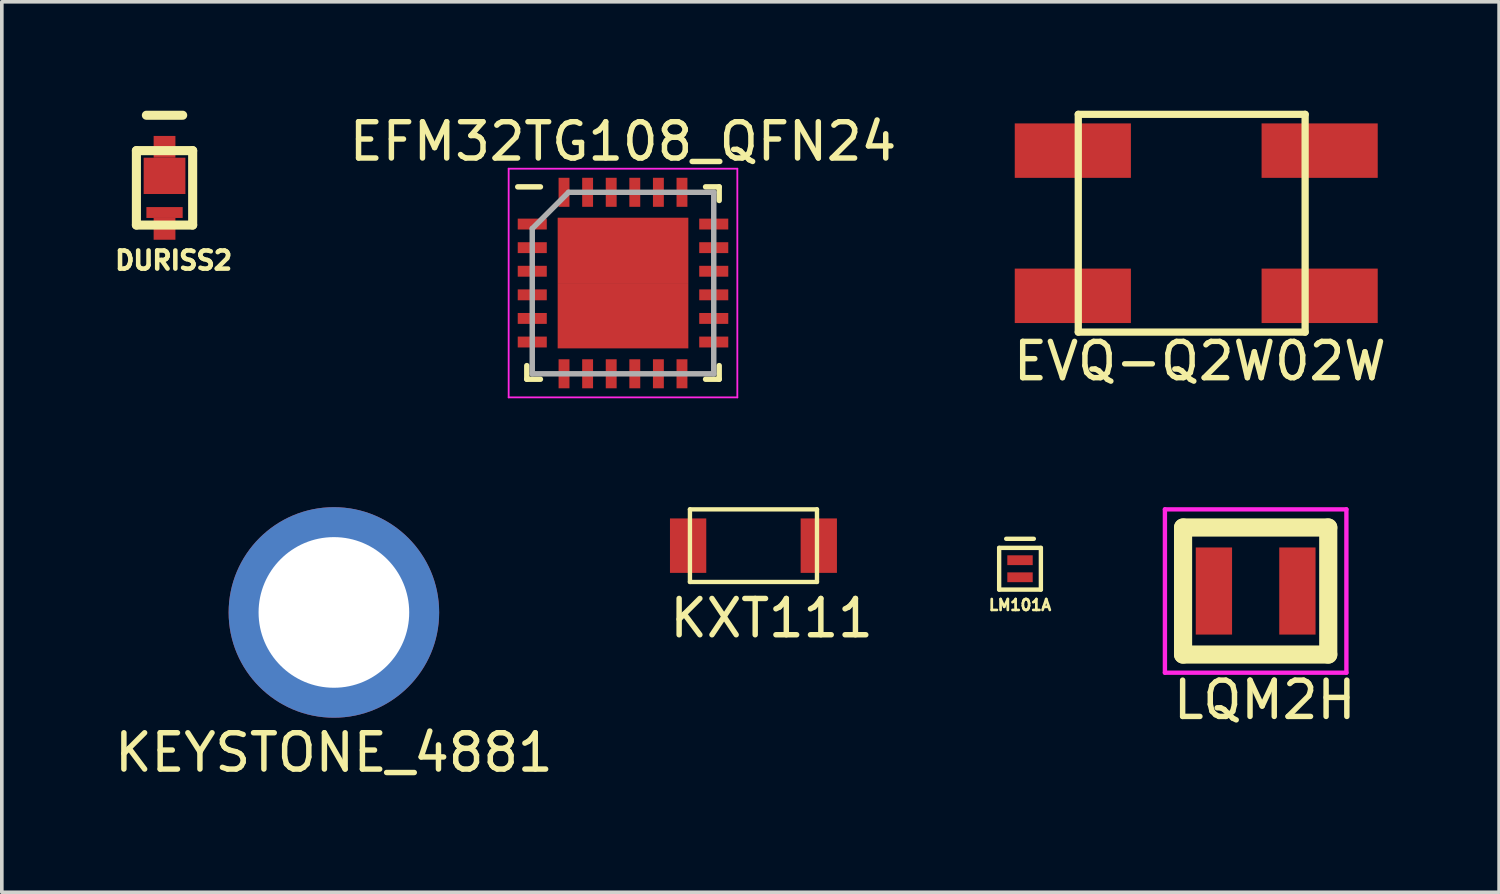
<source format=kicad_pcb>
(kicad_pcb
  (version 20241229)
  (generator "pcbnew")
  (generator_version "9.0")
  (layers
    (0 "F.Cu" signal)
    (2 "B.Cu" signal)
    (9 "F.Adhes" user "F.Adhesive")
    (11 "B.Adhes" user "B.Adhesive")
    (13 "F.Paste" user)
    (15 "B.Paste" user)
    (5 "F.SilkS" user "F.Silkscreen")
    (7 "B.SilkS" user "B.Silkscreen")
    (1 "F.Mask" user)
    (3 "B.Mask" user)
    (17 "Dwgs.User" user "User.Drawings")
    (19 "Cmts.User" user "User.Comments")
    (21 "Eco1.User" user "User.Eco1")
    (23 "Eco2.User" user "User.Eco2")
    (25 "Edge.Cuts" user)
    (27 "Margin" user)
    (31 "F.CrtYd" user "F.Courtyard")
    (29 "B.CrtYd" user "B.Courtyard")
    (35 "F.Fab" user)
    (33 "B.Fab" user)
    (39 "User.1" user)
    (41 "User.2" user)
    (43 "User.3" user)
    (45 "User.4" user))
  (footprint "LM101A"
    (layer "F.Cu")
    (at 25.052 12.619)
    (property "Reference" "LM101A" (at 0 1 0) (layer "F.SilkS") (effects (font (size 0.3 0.3) (thickness 0.075))))
    (attr through_hole)
    (fp_line (start -0.575 -0.575) (end -0.575 0.575) (stroke (width 0.12) (type solid)) (layer "F.SilkS"))
    (fp_line (start -0.575 -0.575) (end 0.575 -0.575) (stroke (width 0.12) (type solid)) (layer "F.SilkS"))
    (fp_line (start -0.575 0.575) (end 0.575 0.575) (stroke (width 0.12) (type solid)) (layer "F.SilkS"))
    (fp_line (start 0.575 -0.575) (end 0.575 0.575) (stroke (width 0.12) (type solid)) (layer "F.SilkS"))
    (fp_text user "-" (at 0 -0.9 0) (layer "F.SilkS") (effects (font (size 1 1) (thickness 0.12))))
    (pad "1" smd rect (at 0 -0.235) (size 0.7 0.27) (layers "F.Cu" "F.Mask" "F.Paste"))
    (pad "2" smd rect (at 0 0.235) (size 0.7 0.27) (layers "F.Cu" "F.Mask" "F.Paste")))
  (footprint "LQM2H"
    (layer "F.Cu")
    (at 31.544 13.233)
    (property "Reference" "LQM2H" (at 0.25 3 0) (layer "F.SilkS") (effects (font (size 1 1) (thickness 0.15))))
    (attr through_hole)
    (fp_line (start -2 -1.75) (end 2 -1.75) (stroke (width 0.5) (type solid)) (layer "F.SilkS"))
    (fp_line (start -2 1.75) (end -2 -1.75) (stroke (width 0.5) (type solid)) (layer "F.SilkS"))
    (fp_line (start 2 -1.75) (end 2 1.75) (stroke (width 0.5) (type solid)) (layer "F.SilkS"))
    (fp_line (start 2 1.75) (end -2 1.75) (stroke (width 0.5) (type solid)) (layer "F.SilkS"))
    (fp_line (start -2.5 -2.25) (end 2.5 -2.25) (stroke (width 0.12) (type solid)) (layer "F.CrtYd"))
    (fp_line (start -2.5 2.25) (end -2.5 -2.25) (stroke (width 0.12) (type solid)) (layer "F.CrtYd"))
    (fp_line (start 2.5 -2.25) (end 2.5 2.25) (stroke (width 0.12) (type solid)) (layer "F.CrtYd"))
    (fp_line (start 2.5 2.25) (end -2.5 2.25) (stroke (width 0.12) (type solid)) (layer "F.CrtYd"))
    (pad "1" smd rect (at -1.15 0) (size 1 2.4) (layers "F.Cu" "F.Mask" "F.Paste"))
    (pad "2" smd rect (at 1.15 0) (size 1 2.4) (layers "F.Cu" "F.Mask" "F.Paste")))
  (footprint "EFM32TG108_QFN24"
    (layer "F.Cu")
    (at 14.114 4.748)
    (property "Reference" "EFM32TG108_QFN24" (at 0 -3.9 0) (layer "F.SilkS") (effects (font (size 1 1) (thickness 0.15))))
    (attr smd)
    (fp_line (start -2.65 2.65) (end -2.65 2.275) (stroke (width 0.15) (type solid)) (layer "F.SilkS"))
    (fp_line (start -2.275 -2.65) (end -2.9 -2.65) (stroke (width 0.15) (type solid)) (layer "F.SilkS"))
    (fp_line (start -2.275 2.65) (end -2.65 2.65) (stroke (width 0.15) (type solid)) (layer "F.SilkS"))
    (fp_line (start 2.275 -2.65) (end 2.65 -2.65) (stroke (width 0.15) (type solid)) (layer "F.SilkS"))
    (fp_line (start 2.275 2.65) (end 2.65 2.65) (stroke (width 0.15) (type solid)) (layer "F.SilkS"))
    (fp_line (start 2.65 -2.65) (end 2.65 -2.275) (stroke (width 0.15) (type solid)) (layer "F.SilkS"))
    (fp_line (start 2.65 2.65) (end 2.65 2.275) (stroke (width 0.15) (type solid)) (layer "F.SilkS"))
    (fp_line (start -3.15 -3.15) (end 3.15 -3.15) (stroke (width 0.05) (type solid)) (layer "F.CrtYd"))
    (fp_line (start -3.15 3.15) (end -3.15 -3.15) (stroke (width 0.05) (type solid)) (layer "F.CrtYd"))
    (fp_line (start 3.15 -3.15) (end 3.15 3.15) (stroke (width 0.05) (type solid)) (layer "F.CrtYd"))
    (fp_line (start 3.15 3.15) (end -3.15 3.15) (stroke (width 0.05) (type solid)) (layer "F.CrtYd"))
    (fp_line (start -2.5 -1.5) (end -2.5 2.5) (stroke (width 0.15) (type solid)) (layer "F.Fab"))
    (fp_line (start -2.5 2.5) (end 2.5 2.5) (stroke (width 0.15) (type solid)) (layer "F.Fab"))
    (fp_line (start -1.5 -2.5) (end -2.5 -1.5) (stroke (width 0.15) (type solid)) (layer "F.Fab"))
    (fp_line (start 2.5 -2.5) (end -1.5 -2.5) (stroke (width 0.15) (type solid)) (layer "F.Fab"))
    (fp_line (start 2.5 2.5) (end 2.5 -2.5) (stroke (width 0.15) (type solid)) (layer "F.Fab"))
    (pad "0" smd rect (at -0.9 -0.9) (size 1.8 1.8) (layers "F.Cu" "F.Mask" "F.Paste"))
    (pad "0" smd rect (at -0.9 0.9) (size 1.8 1.8) (layers "F.Cu" "F.Mask" "F.Paste"))
    (pad "0" smd rect (at 0.9 -0.9) (size 1.8 1.8) (layers "F.Cu" "F.Mask" "F.Paste"))
    (pad "0" smd rect (at 0.9 0.9) (size 1.8 1.8) (layers "F.Cu" "F.Mask" "F.Paste"))
    (pad "1" smd rect (at -2.5 -1.625 90) (size 0.3 0.8) (layers "F.Cu" "F.Mask" "F.Paste"))
    (pad "2" smd rect (at -2.5 -0.975 90) (size 0.3 0.8) (layers "F.Cu" "F.Mask" "F.Paste"))
    (pad "3" smd rect (at -2.5 -0.325 90) (size 0.3 0.8) (layers "F.Cu" "F.Mask" "F.Paste"))
    (pad "4" smd rect (at -2.5 0.325 90) (size 0.3 0.8) (layers "F.Cu" "F.Mask" "F.Paste"))
    (pad "5" smd rect (at -2.5 0.975 90) (size 0.3 0.8) (layers "F.Cu" "F.Mask" "F.Paste"))
    (pad "6" smd rect (at -2.5 1.625 90) (size 0.3 0.8) (layers "F.Cu" "F.Mask" "F.Paste"))
    (pad "7" smd rect (at -1.625 2.5) (size 0.3 0.8) (layers "F.Cu" "F.Mask" "F.Paste"))
    (pad "8" smd rect (at -0.975 2.5) (size 0.3 0.8) (layers "F.Cu" "F.Mask" "F.Paste"))
    (pad "9" smd rect (at -0.325 2.5) (size 0.3 0.8) (layers "F.Cu" "F.Mask" "F.Paste"))
    (pad "10" smd rect (at 0.325 2.5) (size 0.3 0.8) (layers "F.Cu" "F.Mask" "F.Paste"))
    (pad "11" smd rect (at 0.975 2.5) (size 0.3 0.8) (layers "F.Cu" "F.Mask" "F.Paste"))
    (pad "12" smd rect (at 1.625 2.5) (size 0.3 0.8) (layers "F.Cu" "F.Mask" "F.Paste"))
    (pad "13" smd rect (at 2.5 1.625 90) (size 0.3 0.8) (layers "F.Cu" "F.Mask" "F.Paste"))
    (pad "14" smd rect (at 2.5 0.975 90) (size 0.3 0.8) (layers "F.Cu" "F.Mask" "F.Paste"))
    (pad "15" smd rect (at 2.5 0.325 90) (size 0.3 0.8) (layers "F.Cu" "F.Mask" "F.Paste"))
    (pad "16" smd rect (at 2.5 -0.325 90) (size 0.3 0.8) (layers "F.Cu" "F.Mask" "F.Paste"))
    (pad "17" smd rect (at 2.5 -0.975 90) (size 0.3 0.8) (layers "F.Cu" "F.Mask" "F.Paste"))
    (pad "18" smd rect (at 2.5 -1.625 90) (size 0.3 0.8) (layers "F.Cu" "F.Mask" "F.Paste"))
    (pad "19" smd rect (at 1.625 -2.5) (size 0.3 0.8) (layers "F.Cu" "F.Mask" "F.Paste"))
    (pad "20" smd rect (at 0.975 -2.5) (size 0.3 0.8) (layers "F.Cu" "F.Mask" "F.Paste"))
    (pad "21" smd rect (at 0.325 -2.5) (size 0.3 0.8) (layers "F.Cu" "F.Mask" "F.Paste"))
    (pad "22" smd rect (at -0.325 -2.5) (size 0.3 0.8) (layers "F.Cu" "F.Mask" "F.Paste"))
    (pad "23" smd rect (at -0.975 -2.5) (size 0.3 0.8) (layers "F.Cu" "F.Mask" "F.Paste"))
    (pad "24" smd rect (at -1.625 -2.5) (size 0.3 0.8) (layers "F.Cu" "F.Mask" "F.Paste"))
    (zone (net_name "") (layer "B.Cu") (hatch edge 0.508) (connect_pads) (min_thickness 0.254) (filled_areas_thickness no) (keepout (tracks allowed) (vias allowed) (pads allowed) (copperpour not_allowed) (footprints allowed)) (placement (enabled no)) (fill) (polygon (pts (xy 15.914 6.548) (xy 12.314 6.548) (xy 12.314 2.948) (xy 15.914 2.948)))))
  (footprint "KEYSTONE_4881"
    (layer "F.Cu")
    (at 6.149 13.823)
    (property "Reference" "KEYSTONE_4881" (at 0 3.86 0) (layer "F.SilkS") (effects (font (size 1 1) (thickness 0.15))))
    (attr through_hole)
    (pad "1" thru_hole circle (at 0 0) (size 5.8 5.8) (drill 4.15) (layers "*.Cu" "*.Mask")))
  (footprint "DURISS2"
    (layer "F.Cu")
    (at 1.483 2.125)
    (property "Reference" "DURISS2" (at 0.25 2 0) (layer "F.SilkS") (effects (font (size 0.5 0.5) (thickness 0.125))))
    (attr through_hole)
    (fp_line (start -0.775 -1.025) (end 0.775 -1.025) (stroke (width 0.25) (type solid)) (layer "F.SilkS"))
    (fp_line (start -0.775 1.025) (end -0.775 -1.025) (stroke (width 0.25) (type solid)) (layer "F.SilkS"))
    (fp_line (start -0.775 1.025) (end 0.775 1.025) (stroke (width 0.25) (type solid)) (layer "F.SilkS"))
    (fp_line (start -0.5 -2) (end 0.5 -2) (stroke (width 0.25) (type solid)) (layer "F.SilkS"))
    (fp_line (start 0.775 1.025) (end 0.775 -1.025) (stroke (width 0.25) (type solid)) (layer "F.SilkS"))
    (pad "1" smd rect (at 0 -1.13) (size 0.6 0.6) (layers "F.Cu" "F.Mask" "F.Paste"))
    (pad "1" smd rect (at 0 -0.33) (size 1.15 1) (layers "F.Cu" "F.Mask" "F.Paste"))
    (pad "2" smd rect (at 0 0.68) (size 1 0.3) (layers "F.Cu" "F.Mask" "F.Paste"))
    (pad "2" smd rect (at 0 1.13) (size 0.6 0.6) (layers "F.Cu" "F.Mask" "F.Paste")))
  (footprint "EVQ-Q2W02W"
    (layer "F.Cu")
    (at 29.907 3.1)
    (property "Reference" "EVQ-Q2W02W" (at 0.1 3.8 0) (layer "F.SilkS") (effects (font (size 1 1) (thickness 0.15))))
    (attr through_hole)
    (fp_line (start -3.25 -3) (end 3 -3) (stroke (width 0.2) (type solid)) (layer "F.SilkS"))
    (fp_line (start -3.25 3) (end -3.25 -3) (stroke (width 0.2) (type solid)) (layer "F.SilkS"))
    (fp_line (start 3 -3) (end 3 3) (stroke (width 0.2) (type solid)) (layer "F.SilkS"))
    (fp_line (start 3 3) (end -3.25 3) (stroke (width 0.2) (type solid)) (layer "F.SilkS"))
    (pad "1" smd rect (at -3.4 -2) (size 3.2 1.5) (layers "F.Cu" "F.Mask" "F.Paste"))
    (pad "1" smd rect (at 3.4 -2) (size 3.2 1.5) (layers "F.Cu" "F.Mask" "F.Paste"))
    (pad "2" smd rect (at -3.4 2) (size 3.2 1.5) (layers "F.Cu" "F.Mask" "F.Paste"))
    (pad "2" smd rect (at 3.4 2) (size 3.2 1.5) (layers "F.Cu" "F.Mask" "F.Paste")))
  (footprint "KXT111"
    (layer "F.Cu")
    (at 17.708 11.983)
    (property "Reference" "KXT111" (at 0.5 2 0) (layer "F.SilkS") (effects (font (size 1 1) (thickness 0.15))))
    (attr through_hole)
    (fp_line (start -1.75 -1) (end -1.75 1) (stroke (width 0.12) (type solid)) (layer "F.SilkS"))
    (fp_line (start -1.75 1) (end 1.75 1) (stroke (width 0.12) (type solid)) (layer "F.SilkS"))
    (fp_line (start 1.75 -1) (end -1.75 -1) (stroke (width 0.12) (type solid)) (layer "F.SilkS"))
    (fp_line (start 1.75 1) (end 1.75 -1) (stroke (width 0.12) (type solid)) (layer "F.SilkS"))
    (pad "1" smd rect (at -1.8 0) (size 1 1.5) (layers "F.Cu" "F.Mask" "F.Paste"))
    (pad "2" smd rect (at 1.8 0) (size 1 1.5) (layers "F.Cu" "F.Mask" "F.Paste")))
  (gr_rect
    (start -3 -3)
    (end 38.251 21.532)
    (stroke (width 0.1) (type default))
    (fill no)
    (layer "Edge.Cuts")))
</source>
